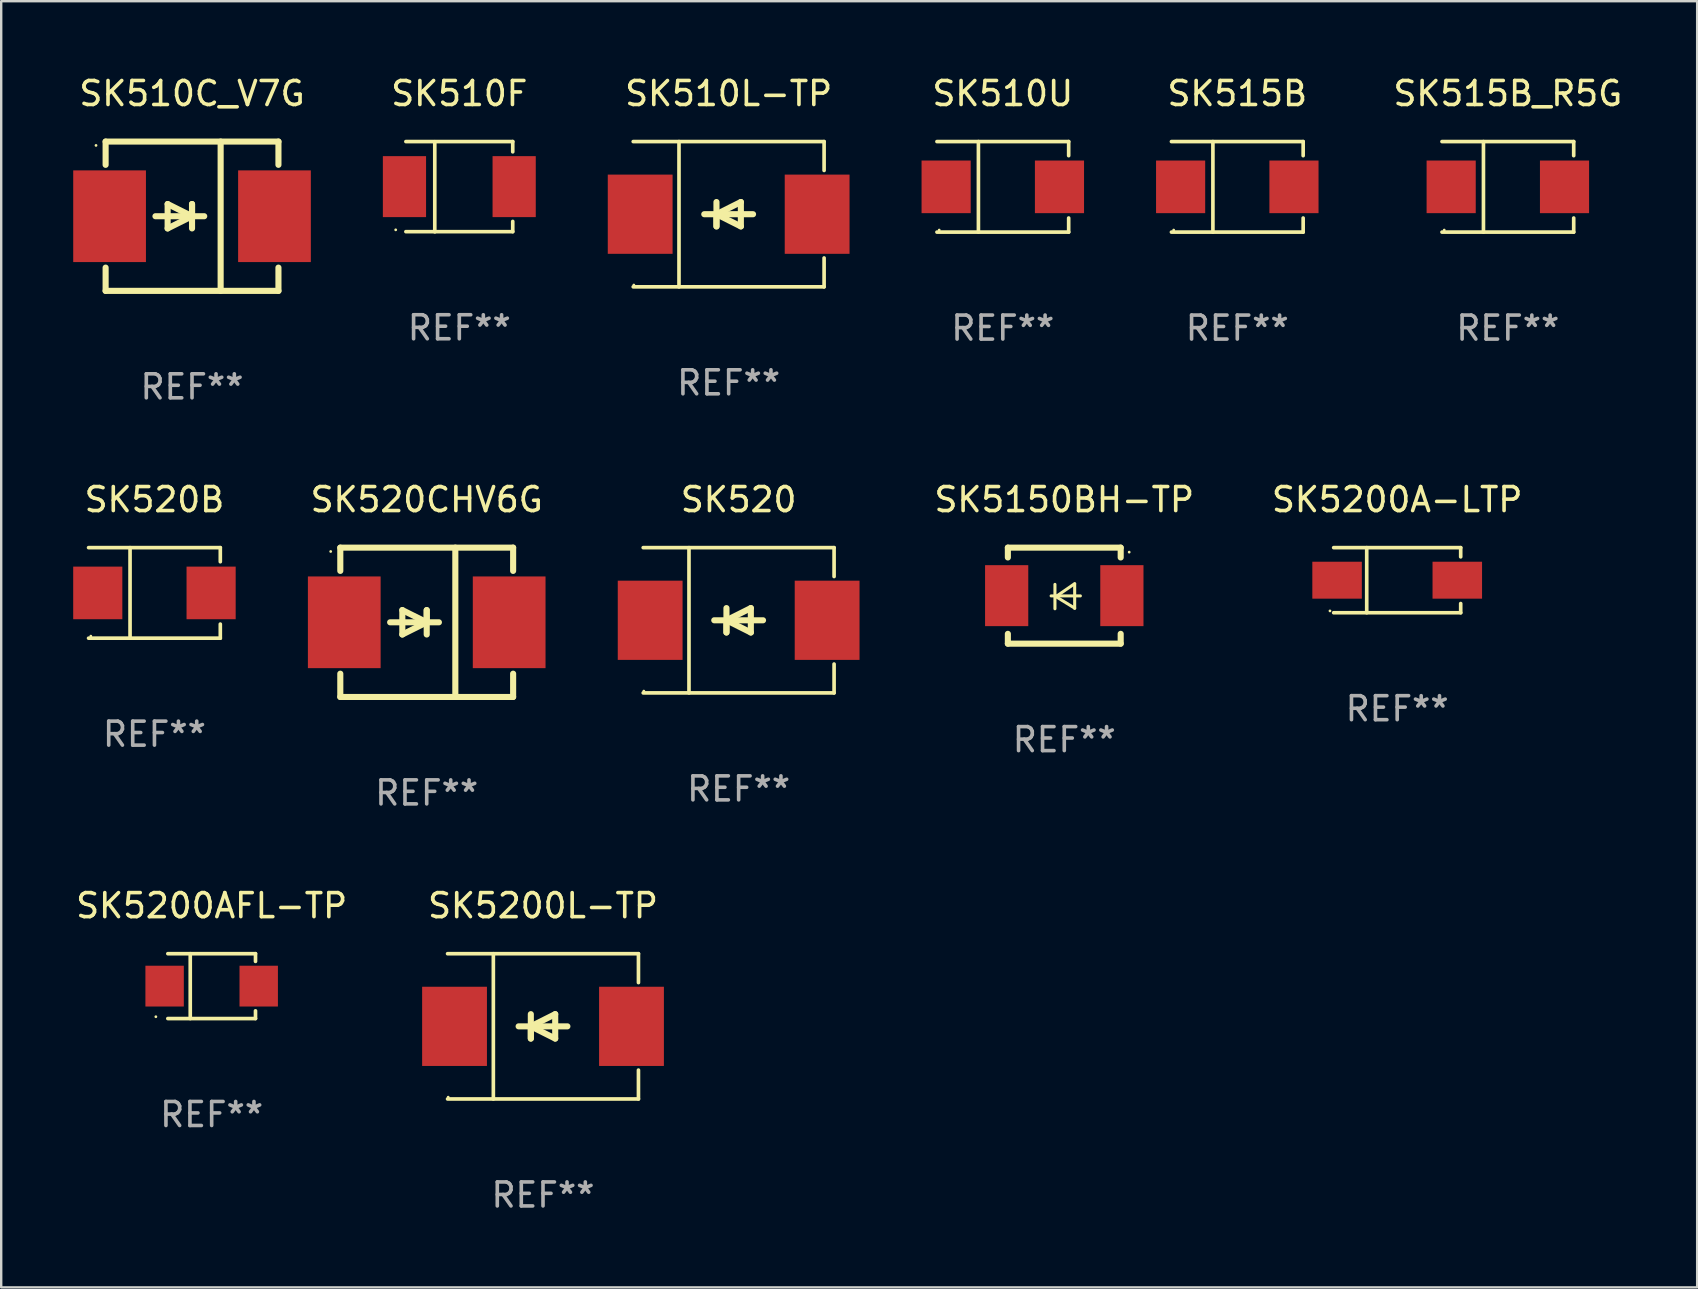
<source format=kicad_pcb>
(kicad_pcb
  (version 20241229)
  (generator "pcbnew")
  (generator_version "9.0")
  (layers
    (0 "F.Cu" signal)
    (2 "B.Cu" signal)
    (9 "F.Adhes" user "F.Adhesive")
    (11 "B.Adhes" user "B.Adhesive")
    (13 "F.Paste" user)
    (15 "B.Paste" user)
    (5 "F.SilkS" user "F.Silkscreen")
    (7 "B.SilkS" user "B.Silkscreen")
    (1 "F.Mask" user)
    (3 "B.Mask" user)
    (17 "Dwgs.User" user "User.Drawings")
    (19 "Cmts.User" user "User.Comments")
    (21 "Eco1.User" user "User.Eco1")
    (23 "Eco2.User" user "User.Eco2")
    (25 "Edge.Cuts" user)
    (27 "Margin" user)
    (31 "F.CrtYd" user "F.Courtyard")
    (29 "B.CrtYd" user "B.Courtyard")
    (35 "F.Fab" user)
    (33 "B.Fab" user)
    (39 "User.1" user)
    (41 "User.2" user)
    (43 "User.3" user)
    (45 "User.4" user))
  (footprint "SK5200A-LTP"
    (layer "F.Cu")
    (at 55.157 21.121)
    (property "Reference" "SK5200A-LTP" (at 0 -3.356 0) (layer "F.SilkS") (effects (font (size 1 1) (thickness 0.15))))
    (attr through_hole)
    (fp_line (start -2.646 -1.356) (end 2.646 -1.356) (stroke (width 0.152) (type solid)) (layer "F.SilkS"))
    (fp_line (start -2.646 1.356) (end 2.646 1.356) (stroke (width 0.152) (type solid)) (layer "F.SilkS"))
    (fp_line (start -1.269 -1.356) (end -1.269 1.356) (stroke (width 0.152) (type solid)) (layer "F.SilkS"))
    (fp_line (start 2.646 -1.356) (end 2.646 -0.973) (stroke (width 0.152) (type solid)) (layer "F.SilkS"))
    (fp_line (start 2.646 1.356) (end 2.646 0.973) (stroke (width 0.152) (type solid)) (layer "F.SilkS"))
    (fp_circle (center -2.8 1.28) (end -2.77 1.28) (stroke (width 0.06) (type solid)) (fill no) (layer "F.SilkS"))
    (fp_text user "REF**" (at 0 5.356 0) (layer "F.Fab") (effects (font (size 1 1) (thickness 0.15))))
    (pad "1" smd rect (at 2.504 0) (size 2.063 1.539) (layers "F.Cu" "F.Mask" "F.Paste"))
    (pad "2" smd rect (at -2.504 0) (size 2.063 1.539) (layers "F.Cu" "F.Mask" "F.Paste")))
  (footprint "SK5200L-TP"
    (layer "F.Cu")
    (at 19.572 39.708)
    (property "Reference" "SK5200L-TP" (at 0 -5.026 0) (layer "F.SilkS") (effects (font (size 1 1) (thickness 0.15))))
    (attr through_hole)
    (fp_line (start -3.976 -3.026) (end 3.976 -3.026) (stroke (width 0.152) (type solid)) (layer "F.SilkS"))
    (fp_line (start -3.976 3.026) (end 3.976 3.026) (stroke (width 0.152) (type solid)) (layer "F.SilkS"))
    (fp_line (start -2.069 -3.026) (end -2.069 3.026) (stroke (width 0.152) (type solid)) (layer "F.SilkS"))
    (fp_line (start -0.508 0) (end -0.508 0.508) (stroke (width 0.254) (type solid)) (layer "F.SilkS"))
    (fp_line (start -0.508 0) (end 0.508 0.508) (stroke (width 0.254) (type solid)) (layer "F.SilkS"))
    (fp_line (start -0.508 0.508) (end -0.508 -0.508) (stroke (width 0.254) (type solid)) (layer "F.SilkS"))
    (fp_line (start 0.508 -0.508) (end -0.508 0) (stroke (width 0.254) (type solid)) (layer "F.SilkS"))
    (fp_line (start 0.508 0.508) (end 0.508 -0.508) (stroke (width 0.254) (type solid)) (layer "F.SilkS"))
    (fp_line (start 1.016 0) (end -1.016 0) (stroke (width 0.254) (type solid)) (layer "F.SilkS"))
    (fp_line (start 3.976 -3.026) (end 3.976 -1.823) (stroke (width 0.152) (type solid)) (layer "F.SilkS"))
    (fp_line (start 3.976 3.026) (end 3.976 1.823) (stroke (width 0.152) (type solid)) (layer "F.SilkS"))
    (fp_circle (center -3.95 2.95) (end -3.92 2.95) (stroke (width 0.06) (type solid)) (fill no) (layer "F.SilkS"))
    (fp_text user "REF**" (at 0 7.026 0) (layer "F.Fab") (effects (font (size 1 1) (thickness 0.15))))
    (pad "1" smd rect (at -3.686 0) (size 2.7 3.3) (layers "F.Cu" "F.Mask" "F.Paste"))
    (pad "2" smd rect (at 3.686 0) (size 2.7 3.3) (layers "F.Cu" "F.Mask" "F.Paste")))
  (footprint "SK510C_V7G"
    (layer "F.Cu")
    (at 4.95 5.958)
    (property "Reference" "SK510C_V7G" (at 0 -5.11 0) (layer "F.SilkS") (effects (font (size 1 1) (thickness 0.15))))
    (attr through_hole)
    (fp_line (start -3.6 -2.141) (end -3.6 -3.11) (stroke (width 0.254) (type solid)) (layer "F.SilkS"))
    (fp_line (start -3.6 3.11) (end -3.6 2.141) (stroke (width 0.254) (type solid)) (layer "F.SilkS"))
    (fp_line (start -1.524 0) (end 0.508 0) (stroke (width 0.254) (type solid)) (layer "F.SilkS"))
    (fp_line (start -1.016 -0.508) (end -1.016 0.508) (stroke (width 0.254) (type solid)) (layer "F.SilkS"))
    (fp_line (start -1.016 0.508) (end 0 0) (stroke (width 0.254) (type solid)) (layer "F.SilkS"))
    (fp_line (start 0 -0.508) (end 0 0.508) (stroke (width 0.254) (type solid)) (layer "F.SilkS"))
    (fp_line (start 0 0) (end -1.016 -0.508) (stroke (width 0.254) (type solid)) (layer "F.SilkS"))
    (fp_line (start 0 0) (end 0 -0.508) (stroke (width 0.254) (type solid)) (layer "F.SilkS"))
    (fp_line (start 1.192 3.11) (end 1.192 -3.11) (stroke (width 0.254) (type solid)) (layer "F.SilkS"))
    (fp_line (start 3.6 -3.11) (end -3.6 -3.11) (stroke (width 0.254) (type solid)) (layer "F.SilkS"))
    (fp_line (start 3.6 -2.141) (end 3.6 -3.11) (stroke (width 0.254) (type solid)) (layer "F.SilkS"))
    (fp_line (start 3.6 3.11) (end -3.6 3.11) (stroke (width 0.254) (type solid)) (layer "F.SilkS"))
    (fp_line (start 3.6 3.11) (end 3.6 2.141) (stroke (width 0.254) (type solid)) (layer "F.SilkS"))
    (fp_circle (center -4 -2.95) (end -3.97 -2.95) (stroke (width 0.06) (type solid)) (fill no) (layer "F.SilkS"))
    (fp_text user "REF**" (at 0 7.11 0) (layer "F.Fab") (effects (font (size 1 1) (thickness 0.15))))
    (pad "1" smd rect (at -3.435 0) (size 3.03 3.82) (layers "F.Cu" "F.Mask" "F.Paste"))
    (pad "2" smd rect (at 3.435 0) (size 3.03 3.82) (layers "F.Cu" "F.Mask" "F.Paste")))
  (footprint "SK520B"
    (layer "F.Cu")
    (at 3.384 21.651)
    (property "Reference" "SK520B" (at 0 -3.886 0) (layer "F.SilkS") (effects (font (size 1 1) (thickness 0.15))))
    (attr through_hole)
    (fp_line (start -2.744 -1.886) (end 2.744 -1.886) (stroke (width 0.152) (type solid)) (layer "F.SilkS"))
    (fp_line (start -2.744 1.886) (end 2.744 1.886) (stroke (width 0.152) (type solid)) (layer "F.SilkS"))
    (fp_line (start -1.016 -1.886) (end -1.016 1.886) (stroke (width 0.152) (type solid)) (layer "F.SilkS"))
    (fp_line (start 2.744 -1.886) (end 2.744 -1.299) (stroke (width 0.152) (type solid)) (layer "F.SilkS"))
    (fp_line (start 2.744 1.886) (end 2.744 1.299) (stroke (width 0.152) (type solid)) (layer "F.SilkS"))
    (fp_circle (center -2.65 1.8) (end -2.62 1.8) (stroke (width 0.06) (type solid)) (fill no) (layer "F.SilkS"))
    (fp_text user "REF**" (at 0 5.886 0) (layer "F.Fab") (effects (font (size 1 1) (thickness 0.15))))
    (pad "1" smd rect (at -2.361 0) (size 2.047 2.192) (layers "F.Cu" "F.Mask" "F.Paste"))
    (pad "2" smd rect (at 2.361 0) (size 2.047 2.192) (layers "F.Cu" "F.Mask" "F.Paste")))
  (footprint "SK5200AFL-TP"
    (layer "F.Cu")
    (at 5.768 38.032)
    (property "Reference" "SK5200AFL-TP" (at 0 -3.351 0) (layer "F.SilkS") (effects (font (size 1 1) (thickness 0.15))))
    (attr through_hole)
    (fp_line (start -1.826 -1.351) (end 1.826 -1.351) (stroke (width 0.152) (type solid)) (layer "F.SilkS"))
    (fp_line (start -1.826 1.351) (end 1.826 1.351) (stroke (width 0.152) (type solid)) (layer "F.SilkS"))
    (fp_line (start -0.892 -1.351) (end -0.892 1.351) (stroke (width 0.152) (type solid)) (layer "F.SilkS"))
    (fp_line (start 1.826 -1.351) (end 1.826 -1.03) (stroke (width 0.152) (type solid)) (layer "F.SilkS"))
    (fp_line (start 1.826 1.03) (end 1.826 1.351) (stroke (width 0.152) (type solid)) (layer "F.SilkS"))
    (fp_circle (center -2.325 1.275) (end -2.295 1.275) (stroke (width 0.06) (type solid)) (fill no) (layer "F.SilkS"))
    (fp_text user "REF**" (at 0 5.351 0) (layer "F.Fab") (effects (font (size 1 1) (thickness 0.15))))
    (pad "1" smd rect (at -1.96 0 180) (size 1.6 1.7) (layers "F.Cu" "F.Mask" "F.Paste"))
    (pad "2" smd rect (at 1.96 0 180) (size 1.6 1.7) (layers "F.Cu" "F.Mask" "F.Paste")))
  (footprint "SK515B_R5G"
    (layer "F.Cu")
    (at 59.767 4.734)
    (property "Reference" "SK515B_R5G" (at 0 -3.886 0) (layer "F.SilkS") (effects (font (size 1 1) (thickness 0.15))))
    (attr through_hole)
    (fp_line (start -2.744 -1.886) (end 2.744 -1.886) (stroke (width 0.152) (type solid)) (layer "F.SilkS"))
    (fp_line (start -2.744 1.886) (end 2.744 1.886) (stroke (width 0.152) (type solid)) (layer "F.SilkS"))
    (fp_line (start -1.016 -1.886) (end -1.016 1.886) (stroke (width 0.152) (type solid)) (layer "F.SilkS"))
    (fp_line (start 2.744 -1.886) (end 2.744 -1.299) (stroke (width 0.152) (type solid)) (layer "F.SilkS"))
    (fp_line (start 2.744 1.886) (end 2.744 1.299) (stroke (width 0.152) (type solid)) (layer "F.SilkS"))
    (fp_circle (center -2.65 1.8) (end -2.62 1.8) (stroke (width 0.06) (type solid)) (fill no) (layer "F.SilkS"))
    (fp_text user "REF**" (at 0 5.886 0) (layer "F.Fab") (effects (font (size 1 1) (thickness 0.15))))
    (pad "1" smd rect (at -2.361 0) (size 2.047 2.192) (layers "F.Cu" "F.Mask" "F.Paste"))
    (pad "2" smd rect (at 2.361 0) (size 2.047 2.192) (layers "F.Cu" "F.Mask" "F.Paste")))
  (footprint "SK515B"
    (layer "F.Cu")
    (at 48.496 4.734)
    (property "Reference" "SK515B" (at 0 -3.886 0) (layer "F.SilkS") (effects (font (size 1 1) (thickness 0.15))))
    (attr through_hole)
    (fp_line (start -2.744 -1.886) (end 2.744 -1.886) (stroke (width 0.152) (type solid)) (layer "F.SilkS"))
    (fp_line (start -2.744 1.886) (end 2.744 1.886) (stroke (width 0.152) (type solid)) (layer "F.SilkS"))
    (fp_line (start -1.016 -1.886) (end -1.016 1.886) (stroke (width 0.152) (type solid)) (layer "F.SilkS"))
    (fp_line (start 2.744 -1.886) (end 2.744 -1.299) (stroke (width 0.152) (type solid)) (layer "F.SilkS"))
    (fp_line (start 2.744 1.886) (end 2.744 1.299) (stroke (width 0.152) (type solid)) (layer "F.SilkS"))
    (fp_circle (center -2.65 1.8) (end -2.62 1.8) (stroke (width 0.06) (type solid)) (fill no) (layer "F.SilkS"))
    (fp_text user "REF**" (at 0 5.886 0) (layer "F.Fab") (effects (font (size 1 1) (thickness 0.15))))
    (pad "1" smd rect (at -2.361 0) (size 2.047 2.192) (layers "F.Cu" "F.Mask" "F.Paste"))
    (pad "2" smd rect (at 2.361 0) (size 2.047 2.192) (layers "F.Cu" "F.Mask" "F.Paste")))
  (footprint "SK520CHV6G"
    (layer "F.Cu")
    (at 14.727 22.875)
    (property "Reference" "SK520CHV6G" (at 0 -5.11 0) (layer "F.SilkS") (effects (font (size 1 1) (thickness 0.15))))
    (attr through_hole)
    (fp_line (start -3.6 -2.141) (end -3.6 -3.11) (stroke (width 0.254) (type solid)) (layer "F.SilkS"))
    (fp_line (start -3.6 3.11) (end -3.6 2.141) (stroke (width 0.254) (type solid)) (layer "F.SilkS"))
    (fp_line (start -1.524 0) (end 0.508 0) (stroke (width 0.254) (type solid)) (layer "F.SilkS"))
    (fp_line (start -1.016 -0.508) (end -1.016 0.508) (stroke (width 0.254) (type solid)) (layer "F.SilkS"))
    (fp_line (start -1.016 0.508) (end 0 0) (stroke (width 0.254) (type solid)) (layer "F.SilkS"))
    (fp_line (start 0 -0.508) (end 0 0.508) (stroke (width 0.254) (type solid)) (layer "F.SilkS"))
    (fp_line (start 0 0) (end -1.016 -0.508) (stroke (width 0.254) (type solid)) (layer "F.SilkS"))
    (fp_line (start 0 0) (end 0 -0.508) (stroke (width 0.254) (type solid)) (layer "F.SilkS"))
    (fp_line (start 1.192 3.11) (end 1.192 -3.11) (stroke (width 0.254) (type solid)) (layer "F.SilkS"))
    (fp_line (start 3.6 -3.11) (end -3.6 -3.11) (stroke (width 0.254) (type solid)) (layer "F.SilkS"))
    (fp_line (start 3.6 -2.141) (end 3.6 -3.11) (stroke (width 0.254) (type solid)) (layer "F.SilkS"))
    (fp_line (start 3.6 3.11) (end -3.6 3.11) (stroke (width 0.254) (type solid)) (layer "F.SilkS"))
    (fp_line (start 3.6 3.11) (end 3.6 2.141) (stroke (width 0.254) (type solid)) (layer "F.SilkS"))
    (fp_circle (center -4 -2.95) (end -3.97 -2.95) (stroke (width 0.06) (type solid)) (fill no) (layer "F.SilkS"))
    (fp_text user "REF**" (at 0 7.11 0) (layer "F.Fab") (effects (font (size 1 1) (thickness 0.15))))
    (pad "1" smd rect (at -3.435 0) (size 3.03 3.82) (layers "F.Cu" "F.Mask" "F.Paste"))
    (pad "2" smd rect (at 3.435 0) (size 3.03 3.82) (layers "F.Cu" "F.Mask" "F.Paste")))
  (footprint "SK5150BH-TP"
    (layer "F.Cu")
    (at 41.288 21.765)
    (property "Reference" "SK5150BH-TP" (at 0 -4 0) (layer "F.SilkS") (effects (font (size 1 1) (thickness 0.15))))
    (attr through_hole)
    (fp_line (start -2.35 -2) (end -2.35 -1.591) (stroke (width 0.254) (type solid)) (layer "F.SilkS"))
    (fp_line (start -2.35 -2) (end 2.35 -2) (stroke (width 0.254) (type solid)) (layer "F.SilkS"))
    (fp_line (start -2.35 1.591) (end -2.35 2) (stroke (width 0.254) (type solid)) (layer "F.SilkS"))
    (fp_line (start -2.35 2) (end 2.35 2) (stroke (width 0.254) (type solid)) (layer "F.SilkS"))
    (fp_line (start -0.548 0.01) (end 0.671 0.01) (stroke (width 0.127) (type solid)) (layer "F.SilkS"))
    (fp_line (start -0.389 -0.47) (end -0.389 0.546) (stroke (width 0.127) (type solid)) (layer "F.SilkS"))
    (fp_line (start -0.35 0.04) (end 0.433 0.52) (stroke (width 0.127) (type solid)) (layer "F.SilkS"))
    (fp_line (start 0.433 -0.5) (end -0.35 0.04) (stroke (width 0.127) (type solid)) (layer "F.SilkS"))
    (fp_line (start 0.433 0.53) (end 0.433 -0.486) (stroke (width 0.127) (type solid)) (layer "F.SilkS"))
    (fp_line (start 2.35 -2) (end 2.35 -1.591) (stroke (width 0.254) (type solid)) (layer "F.SilkS"))
    (fp_line (start 2.35 1.591) (end 2.35 2) (stroke (width 0.254) (type solid)) (layer "F.SilkS"))
    (fp_circle (center 2.704 -1.813) (end 2.734 -1.813) (stroke (width 0.06) (type solid)) (fill no) (layer "F.SilkS"))
    (fp_text user "REF**" (at 0 6 0) (layer "F.Fab") (effects (font (size 1 1) (thickness 0.15))))
    (pad "1" smd rect (at 2.4 0) (size 1.8 2.54) (layers "F.Cu" "F.Mask" "F.Paste"))
    (pad "2" smd rect (at -2.4 0) (size 1.8 2.54) (layers "F.Cu" "F.Mask" "F.Paste")))
  (footprint "SK520"
    (layer "F.Cu")
    (at 27.722 22.791)
    (property "Reference" "SK520" (at 0 -5.026 0) (layer "F.SilkS") (effects (font (size 1 1) (thickness 0.15))))
    (attr through_hole)
    (fp_line (start -3.976 -3.026) (end 3.976 -3.026) (stroke (width 0.152) (type solid)) (layer "F.SilkS"))
    (fp_line (start -3.976 3.026) (end 3.976 3.026) (stroke (width 0.152) (type solid)) (layer "F.SilkS"))
    (fp_line (start -2.069 -3.026) (end -2.069 3.026) (stroke (width 0.152) (type solid)) (layer "F.SilkS"))
    (fp_line (start -0.508 0) (end -0.508 0.508) (stroke (width 0.254) (type solid)) (layer "F.SilkS"))
    (fp_line (start -0.508 0) (end 0.508 0.508) (stroke (width 0.254) (type solid)) (layer "F.SilkS"))
    (fp_line (start -0.508 0.508) (end -0.508 -0.508) (stroke (width 0.254) (type solid)) (layer "F.SilkS"))
    (fp_line (start 0.508 -0.508) (end -0.508 0) (stroke (width 0.254) (type solid)) (layer "F.SilkS"))
    (fp_line (start 0.508 0.508) (end 0.508 -0.508) (stroke (width 0.254) (type solid)) (layer "F.SilkS"))
    (fp_line (start 1.016 0) (end -1.016 0) (stroke (width 0.254) (type solid)) (layer "F.SilkS"))
    (fp_line (start 3.976 -3.026) (end 3.976 -1.823) (stroke (width 0.152) (type solid)) (layer "F.SilkS"))
    (fp_line (start 3.976 3.026) (end 3.976 1.823) (stroke (width 0.152) (type solid)) (layer "F.SilkS"))
    (fp_circle (center -3.95 2.95) (end -3.92 2.95) (stroke (width 0.06) (type solid)) (fill no) (layer "F.SilkS"))
    (fp_text user "REF**" (at 0 7.026 0) (layer "F.Fab") (effects (font (size 1 1) (thickness 0.15))))
    (pad "1" smd rect (at -3.686 0) (size 2.7 3.3) (layers "F.Cu" "F.Mask" "F.Paste"))
    (pad "2" smd rect (at 3.686 0) (size 2.7 3.3) (layers "F.Cu" "F.Mask" "F.Paste")))
  (footprint "SK510L-TP"
    (layer "F.Cu")
    (at 27.306 5.874)
    (property "Reference" "SK510L-TP" (at 0 -5.026 0) (layer "F.SilkS") (effects (font (size 1 1) (thickness 0.15))))
    (attr through_hole)
    (fp_line (start -3.976 -3.026) (end 3.976 -3.026) (stroke (width 0.152) (type solid)) (layer "F.SilkS"))
    (fp_line (start -3.976 3.026) (end 3.976 3.026) (stroke (width 0.152) (type solid)) (layer "F.SilkS"))
    (fp_line (start -2.069 -3.026) (end -2.069 3.026) (stroke (width 0.152) (type solid)) (layer "F.SilkS"))
    (fp_line (start -0.508 0) (end -0.508 0.508) (stroke (width 0.254) (type solid)) (layer "F.SilkS"))
    (fp_line (start -0.508 0) (end 0.508 0.508) (stroke (width 0.254) (type solid)) (layer "F.SilkS"))
    (fp_line (start -0.508 0.508) (end -0.508 -0.508) (stroke (width 0.254) (type solid)) (layer "F.SilkS"))
    (fp_line (start 0.508 -0.508) (end -0.508 0) (stroke (width 0.254) (type solid)) (layer "F.SilkS"))
    (fp_line (start 0.508 0.508) (end 0.508 -0.508) (stroke (width 0.254) (type solid)) (layer "F.SilkS"))
    (fp_line (start 1.016 0) (end -1.016 0) (stroke (width 0.254) (type solid)) (layer "F.SilkS"))
    (fp_line (start 3.976 -3.026) (end 3.976 -1.823) (stroke (width 0.152) (type solid)) (layer "F.SilkS"))
    (fp_line (start 3.976 3.026) (end 3.976 1.823) (stroke (width 0.152) (type solid)) (layer "F.SilkS"))
    (fp_circle (center -3.95 2.95) (end -3.92 2.95) (stroke (width 0.06) (type solid)) (fill no) (layer "F.SilkS"))
    (fp_text user "REF**" (at 0 7.026 0) (layer "F.Fab") (effects (font (size 1 1) (thickness 0.15))))
    (pad "1" smd rect (at -3.686 0) (size 2.7 3.3) (layers "F.Cu" "F.Mask" "F.Paste"))
    (pad "2" smd rect (at 3.686 0) (size 2.7 3.3) (layers "F.Cu" "F.Mask" "F.Paste")))
  (footprint "SK510U"
    (layer "F.Cu")
    (at 38.727 4.734)
    (property "Reference" "SK510U" (at 0 -3.886 0) (layer "F.SilkS") (effects (font (size 1 1) (thickness 0.15))))
    (attr through_hole)
    (fp_line (start -2.744 -1.886) (end 2.744 -1.886) (stroke (width 0.152) (type solid)) (layer "F.SilkS"))
    (fp_line (start -2.744 1.886) (end 2.744 1.886) (stroke (width 0.152) (type solid)) (layer "F.SilkS"))
    (fp_line (start -1.016 -1.886) (end -1.016 1.886) (stroke (width 0.152) (type solid)) (layer "F.SilkS"))
    (fp_line (start 2.744 -1.886) (end 2.744 -1.299) (stroke (width 0.152) (type solid)) (layer "F.SilkS"))
    (fp_line (start 2.744 1.886) (end 2.744 1.299) (stroke (width 0.152) (type solid)) (layer "F.SilkS"))
    (fp_circle (center -2.65 1.8) (end -2.62 1.8) (stroke (width 0.06) (type solid)) (fill no) (layer "F.SilkS"))
    (fp_text user "REF**" (at 0 5.886 0) (layer "F.Fab") (effects (font (size 1 1) (thickness 0.15))))
    (pad "1" smd rect (at -2.361 0) (size 2.047 2.192) (layers "F.Cu" "F.Mask" "F.Paste"))
    (pad "2" smd rect (at 2.361 0) (size 2.047 2.192) (layers "F.Cu" "F.Mask" "F.Paste")))
  (footprint "SK510F"
    (layer "F.Cu")
    (at 16.085 4.728)
    (property "Reference" "SK510F" (at 0 -3.88 0) (layer "F.SilkS") (effects (font (size 1 1) (thickness 0.15))))
    (attr through_hole)
    (fp_line (start -2.226 -1.88) (end 2.226 -1.88) (stroke (width 0.152) (type solid)) (layer "F.SilkS"))
    (fp_line (start -2.226 1.873) (end 2.226 1.873) (stroke (width 0.152) (type solid)) (layer "F.SilkS"))
    (fp_line (start -1.022 -1.873) (end -1.022 1.88) (stroke (width 0.152) (type solid)) (layer "F.SilkS"))
    (fp_line (start 2.226 -1.88) (end 2.226 -1.453) (stroke (width 0.152) (type solid)) (layer "F.SilkS"))
    (fp_line (start 2.226 1.447) (end 2.226 1.873) (stroke (width 0.152) (type solid)) (layer "F.SilkS"))
    (fp_circle (center -2.65 1.797) (end -2.62 1.797) (stroke (width 0.06) (type solid)) (fill no) (layer "F.SilkS"))
    (fp_text user "REF**" (at 0 5.88 0) (layer "F.Fab") (effects (font (size 1 1) (thickness 0.15))))
    (pad "1" smd rect (at -2.285 -0.003) (size 1.8 2.54) (layers "F.Cu" "F.Mask" "F.Paste"))
    (pad "2" smd rect (at 2.285 -0.003) (size 1.8 2.54) (layers "F.Cu" "F.Mask" "F.Paste")))
  (gr_rect
    (start -3 -3)
    (end 67.654 50.582)
    (stroke (width 0.1) (type default))
    (fill no)
    (layer "Edge.Cuts")))
</source>
